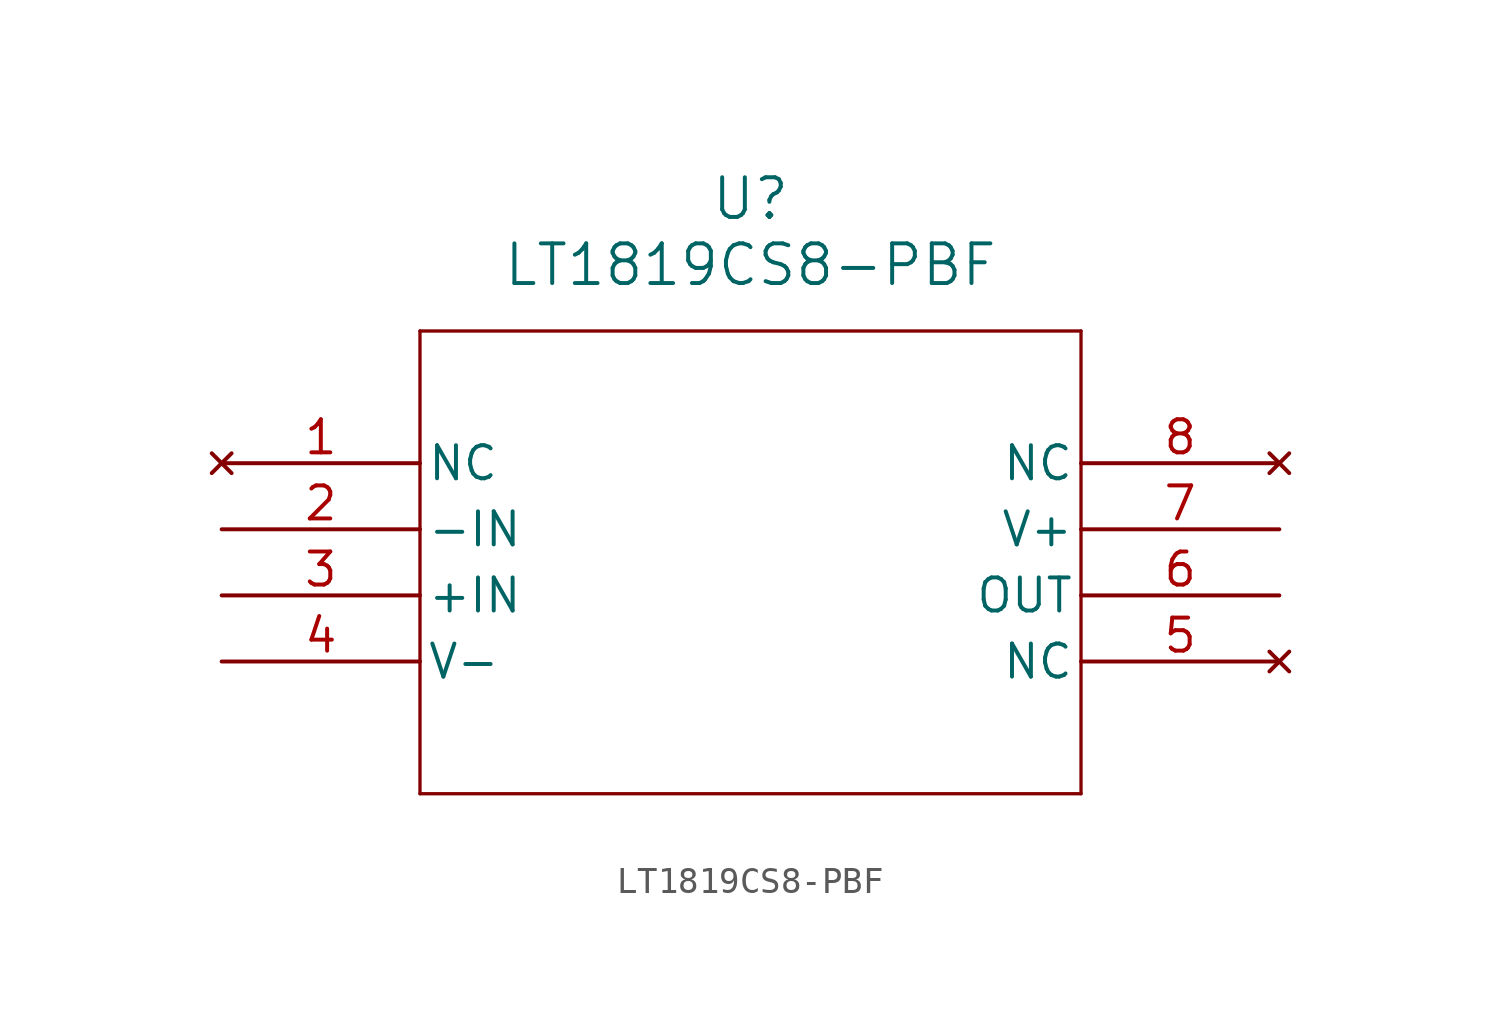
<source format=kicad_sym>
(kicad_symbol_lib
  (version 20211014)
  (generator kicad_symbol_editor)
  (symbol "LT1819CS8-PBF"
    (pin_names
      (offset 0.254))
    (property "Reference" "U"
      (at 20.32 10.16 0)
      (effects (font (size 1.524 1.524))))
    (property "Value" "LT1819CS8-PBF"
      (at 20.32 7.62 0)
      (effects (font (size 1.524 1.524))))
    (symbol "LT1819CS8-PBF_0_1"
      (polyline (pts (xy 7.62 5.08) (xy 7.62 -12.7)) (stroke (width 0.127) (type default) (color 0 0 0 0)) (fill (type none)))
      (polyline (pts (xy 7.62 -12.7) (xy 33.02 -12.7)) (stroke (width 0.127) (type default) (color 0 0 0 0)) (fill (type none)))
      (polyline (pts (xy 33.02 -12.7) (xy 33.02 5.08)) (stroke (width 0.127) (type default) (color 0 0 0 0)) (fill (type none)))
      (polyline (pts (xy 33.02 5.08) (xy 7.62 5.08)) (stroke (width 0.127) (type default) (color 0 0 0 0)) (fill (type none)))
      (pin no_connect line (at 0 0 0) (length 7.62) (name "NC" (effects (font (size 1.27 1.27)))) (number "1" (effects (font (size 1.27 1.27)))))
      (pin input line (at 0 -2.54 0) (length 7.62) (name "-IN" (effects (font (size 1.27 1.27)))) (number "2" (effects (font (size 1.27 1.27)))))
      (pin input line (at 0 -5.08 0) (length 7.62) (name "+IN" (effects (font (size 1.27 1.27)))) (number "3" (effects (font (size 1.27 1.27)))))
      (pin power_in line (at 0 -7.62 0) (length 7.62) (name "V-" (effects (font (size 1.27 1.27)))) (number "4" (effects (font (size 1.27 1.27)))))
      (pin no_connect line (at 40.64 -7.62 180) (length 7.62) (name "NC" (effects (font (size 1.27 1.27)))) (number "5" (effects (font (size 1.27 1.27)))))
      (pin output line (at 40.64 -5.08 180) (length 7.62) (name "OUT" (effects (font (size 1.27 1.27)))) (number "6" (effects (font (size 1.27 1.27)))))
      (pin power_in line (at 40.64 -2.54 180) (length 7.62) (name "V+" (effects (font (size 1.27 1.27)))) (number "7" (effects (font (size 1.27 1.27)))))
      (pin no_connect line (at 40.64 0 180) (length 7.62) (name "NC" (effects (font (size 1.27 1.27)))) (number "8" (effects (font (size 1.27 1.27))))))))
</source>
